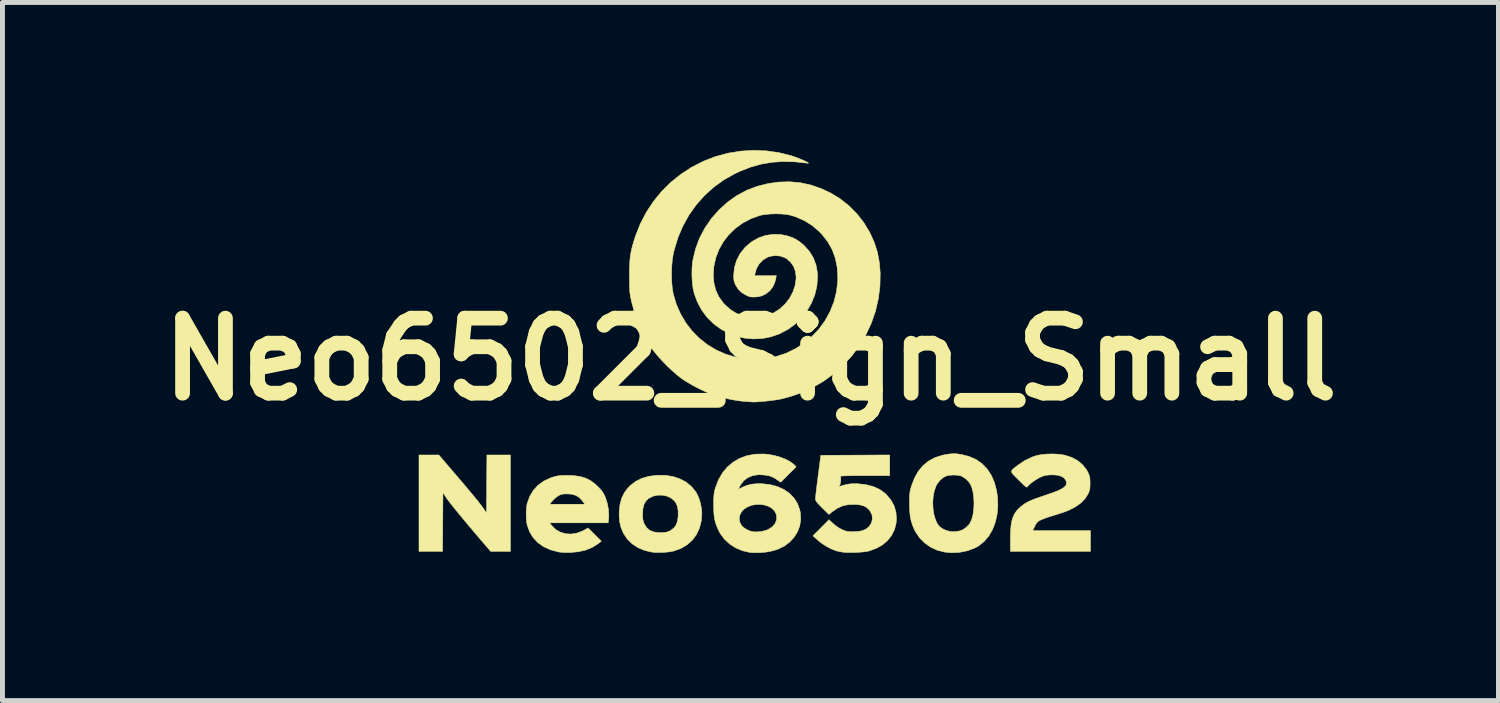
<source format=kicad_pcb>
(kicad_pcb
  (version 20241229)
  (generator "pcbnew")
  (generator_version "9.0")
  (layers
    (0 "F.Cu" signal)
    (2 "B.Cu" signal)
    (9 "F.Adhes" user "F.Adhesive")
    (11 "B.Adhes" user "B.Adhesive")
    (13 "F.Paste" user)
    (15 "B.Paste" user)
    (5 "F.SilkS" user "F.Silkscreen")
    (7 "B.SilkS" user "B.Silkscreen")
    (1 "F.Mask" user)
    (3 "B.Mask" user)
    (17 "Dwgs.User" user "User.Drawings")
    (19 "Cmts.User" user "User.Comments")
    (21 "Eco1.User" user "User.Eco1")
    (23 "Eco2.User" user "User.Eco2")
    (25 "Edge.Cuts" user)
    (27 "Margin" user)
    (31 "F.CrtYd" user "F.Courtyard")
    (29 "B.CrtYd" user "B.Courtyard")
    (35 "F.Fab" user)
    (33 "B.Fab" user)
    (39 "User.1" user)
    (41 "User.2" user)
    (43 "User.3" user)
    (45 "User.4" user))
  (footprint "Neo6502_Sign_Small"
    (layer "F.Cu")
    (at 12.199 4.25)
    (property "Reference" "Neo6502_Sign_Small" (at 0 0 0) (layer "F.SilkS") (effects (font (size 1.524 1.524) (thickness 0.3))))
    (attr board_only exclude_from_pos_files exclude_from_bom allow_missing_courtyard)
    (fp_poly (pts (xy -5.928 2.418) (xy -5.838 2.523) (xy -5.752 2.626) (xy -5.671 2.723) (xy -5.598 2.811) (xy -5.535 2.888) (xy -5.486 2.951) (xy -5.452 2.995) (xy -5.443 3.008) (xy -5.363 3.125) (xy -5.359 2.535) (xy -5.355 1.945) (xy -4.877 1.945) (xy -4.877 3.904) (xy -5.278 3.904) (xy -5.343 3.828) (xy -5.465 3.686) (xy -5.583 3.548) (xy -5.695 3.415) (xy -5.8 3.29) (xy -5.895 3.175) (xy -5.98 3.072) (xy -6.051 2.983) (xy -6.109 2.91) (xy -6.15 2.856) (xy -6.167 2.832) (xy -6.248 2.71) (xy -6.252 3.307) (xy -6.256 3.904) (xy -6.735 3.904) (xy -6.735 1.945) (xy -6.333 1.945) (xy -5.928 2.418)) (stroke (width 0.01) (type solid)) (fill yes) (layer "F.SilkS"))
    (fp_poly (pts (xy -3.581 2.365) (xy -3.453 2.384) (xy -3.342 2.419) (xy -3.241 2.471) (xy -3.146 2.544) (xy -3.098 2.589) (xy -3.042 2.649) (xy -3.002 2.7) (xy -2.971 2.754) (xy -2.95 2.801) (xy -2.912 2.917) (xy -2.887 3.04) (xy -2.878 3.16) (xy -2.881 3.232) (xy -2.891 3.324) (xy -4.081 3.324) (xy -4.034 3.383) (xy -3.956 3.46) (xy -3.862 3.514) (xy -3.758 3.545) (xy -3.646 3.552) (xy -3.531 3.534) (xy -3.417 3.492) (xy -3.388 3.477) (xy -3.299 3.428) (xy -3.165 3.563) (xy -3.03 3.697) (xy -3.099 3.75) (xy -3.215 3.823) (xy -3.346 3.877) (xy -3.495 3.911) (xy -3.662 3.927) (xy -3.765 3.927) (xy -3.859 3.921) (xy -3.912 3.913) (xy -4.067 3.87) (xy -4.204 3.808) (xy -4.32 3.726) (xy -4.414 3.625) (xy -4.487 3.507) (xy -4.536 3.372) (xy -4.549 3.297) (xy -4.556 3.205) (xy -4.556 3.107) (xy -4.55 3.013) (xy -4.54 2.946) (xy -4.08 2.946) (xy -3.365 2.946) (xy -3.415 2.877) (xy -3.477 2.81) (xy -3.547 2.766) (xy -3.632 2.742) (xy -3.723 2.736) (xy -3.786 2.737) (xy -3.831 2.743) (xy -3.868 2.755) (xy -3.906 2.775) (xy -3.954 2.81) (xy -4.004 2.856) (xy -4.026 2.88) (xy -4.08 2.946) (xy -4.54 2.946) (xy -4.538 2.936) (xy -4.536 2.928) (xy -4.485 2.787) (xy -4.412 2.665) (xy -4.317 2.561) (xy -4.2 2.476) (xy -4.063 2.412) (xy -4.028 2.399) (xy -3.971 2.382) (xy -3.92 2.371) (xy -3.864 2.364) (xy -3.796 2.361) (xy -3.73 2.36) (xy -3.581 2.365)) (stroke (width 0.01) (type solid)) (fill yes) (layer "F.SilkS"))
    (fp_poly (pts (xy -1.725 2.359) (xy -1.573 2.384) (xy -1.433 2.43) (xy -1.309 2.496) (xy -1.203 2.582) (xy -1.117 2.685) (xy -1.085 2.738) (xy -1.046 2.827) (xy -1.015 2.93) (xy -0.995 3.037) (xy -0.987 3.134) (xy -1 3.292) (xy -1.038 3.436) (xy -1.099 3.565) (xy -1.183 3.677) (xy -1.288 3.77) (xy -1.412 3.844) (xy -1.556 3.896) (xy -1.56 3.898) (xy -1.637 3.912) (xy -1.732 3.922) (xy -1.833 3.927) (xy -1.93 3.926) (xy -2.01 3.918) (xy -2.156 3.883) (xy -2.289 3.826) (xy -2.405 3.749) (xy -2.502 3.654) (xy -2.577 3.543) (xy -2.587 3.524) (xy -2.633 3.41) (xy -2.659 3.293) (xy -2.668 3.163) (xy -2.667 3.142) (xy -2.191 3.142) (xy -2.19 3.214) (xy -2.184 3.266) (xy -2.172 3.31) (xy -2.157 3.347) (xy -2.109 3.422) (xy -2.046 3.476) (xy -1.964 3.509) (xy -1.862 3.523) (xy -1.804 3.523) (xy -1.739 3.518) (xy -1.693 3.51) (xy -1.654 3.496) (xy -1.616 3.475) (xy -1.553 3.426) (xy -1.51 3.367) (xy -1.483 3.291) (xy -1.469 3.195) (xy -1.469 3.183) (xy -1.469 3.078) (xy -1.483 2.994) (xy -1.511 2.925) (xy -1.541 2.882) (xy -1.608 2.823) (xy -1.691 2.783) (xy -1.785 2.762) (xy -1.882 2.762) (xy -1.978 2.782) (xy -2.066 2.825) (xy -2.066 2.825) (xy -2.123 2.877) (xy -2.162 2.947) (xy -2.185 3.037) (xy -2.191 3.142) (xy -2.667 3.142) (xy -2.666 3.092) (xy -2.65 2.947) (xy -2.616 2.822) (xy -2.562 2.712) (xy -2.487 2.612) (xy -2.431 2.557) (xy -2.326 2.478) (xy -2.206 2.419) (xy -2.068 2.379) (xy -1.909 2.358) (xy -1.887 2.357) (xy -1.725 2.359)) (stroke (width 0.01) (type solid)) (fill yes) (layer "F.SilkS"))
    (fp_poly (pts (xy 4.203 1.923) (xy 4.276 1.934) (xy 4.289 1.936) (xy 4.446 1.976) (xy 4.585 2.038) (xy 4.707 2.123) (xy 4.81 2.23) (xy 4.894 2.357) (xy 4.958 2.505) (xy 5.002 2.671) (xy 5.021 2.806) (xy 5.027 2.987) (xy 5.011 3.159) (xy 4.974 3.318) (xy 4.918 3.463) (xy 4.843 3.592) (xy 4.75 3.701) (xy 4.64 3.79) (xy 4.557 3.836) (xy 4.408 3.892) (xy 4.246 3.924) (xy 4.079 3.931) (xy 3.936 3.917) (xy 3.793 3.879) (xy 3.66 3.817) (xy 3.54 3.732) (xy 3.437 3.629) (xy 3.356 3.509) (xy 3.337 3.473) (xy 3.296 3.379) (xy 3.267 3.289) (xy 3.247 3.194) (xy 3.236 3.087) (xy 3.232 2.961) (xy 3.232 2.932) (xy 3.232 2.916) (xy 3.705 2.916) (xy 3.711 3.037) (xy 3.728 3.152) (xy 3.758 3.256) (xy 3.798 3.343) (xy 3.836 3.394) (xy 3.892 3.438) (xy 3.965 3.474) (xy 4.044 3.497) (xy 4.048 3.497) (xy 4.09 3.503) (xy 4.128 3.504) (xy 4.171 3.501) (xy 4.232 3.492) (xy 4.24 3.491) (xy 4.307 3.469) (xy 4.374 3.425) (xy 4.434 3.368) (xy 4.456 3.338) (xy 4.494 3.261) (xy 4.521 3.164) (xy 4.537 3.053) (xy 4.543 2.935) (xy 4.538 2.816) (xy 4.523 2.702) (xy 4.497 2.602) (xy 4.472 2.543) (xy 4.429 2.481) (xy 4.37 2.425) (xy 4.304 2.382) (xy 4.269 2.368) (xy 4.2 2.355) (xy 4.117 2.352) (xy 4.037 2.358) (xy 3.989 2.368) (xy 3.917 2.403) (xy 3.85 2.461) (xy 3.793 2.535) (xy 3.768 2.583) (xy 3.734 2.683) (xy 3.713 2.797) (xy 3.705 2.916) (xy 3.232 2.916) (xy 3.232 2.842) (xy 3.234 2.774) (xy 3.238 2.721) (xy 3.245 2.674) (xy 3.257 2.627) (xy 3.271 2.577) (xy 3.333 2.415) (xy 3.411 2.276) (xy 3.506 2.161) (xy 3.62 2.068) (xy 3.751 1.998) (xy 3.902 1.95) (xy 4.017 1.928) (xy 4.086 1.921) (xy 4.144 1.919) (xy 4.203 1.923)) (stroke (width 0.01) (type solid)) (fill yes) (layer "F.SilkS"))
    (fp_poly (pts (xy 6.262 1.93) (xy 6.368 1.945) (xy 6.394 1.951) (xy 6.532 1.996) (xy 6.652 2.062) (xy 6.752 2.147) (xy 6.831 2.248) (xy 6.855 2.292) (xy 6.877 2.341) (xy 6.891 2.382) (xy 6.898 2.426) (xy 6.901 2.484) (xy 6.901 2.517) (xy 6.9 2.586) (xy 6.895 2.637) (xy 6.884 2.68) (xy 6.865 2.726) (xy 6.862 2.733) (xy 6.801 2.83) (xy 6.714 2.92) (xy 6.603 2.999) (xy 6.47 3.068) (xy 6.379 3.103) (xy 6.331 3.119) (xy 6.264 3.141) (xy 6.187 3.165) (xy 6.108 3.19) (xy 6.102 3.192) (xy 6.028 3.216) (xy 5.959 3.241) (xy 5.903 3.264) (xy 5.867 3.282) (xy 5.863 3.284) (xy 5.835 3.305) (xy 5.813 3.329) (xy 5.792 3.363) (xy 5.767 3.414) (xy 5.757 3.436) (xy 5.735 3.483) (xy 6.909 3.483) (xy 6.909 3.904) (xy 5.283 3.904) (xy 5.283 3.646) (xy 5.286 3.502) (xy 5.295 3.383) (xy 5.312 3.283) (xy 5.338 3.2) (xy 5.374 3.129) (xy 5.421 3.065) (xy 5.476 3.011) (xy 5.525 2.97) (xy 5.575 2.934) (xy 5.632 2.901) (xy 5.701 2.869) (xy 5.784 2.836) (xy 5.888 2.799) (xy 5.992 2.763) (xy 6.122 2.719) (xy 6.226 2.68) (xy 6.306 2.644) (xy 6.363 2.61) (xy 6.4 2.576) (xy 6.419 2.542) (xy 6.422 2.505) (xy 6.41 2.464) (xy 6.41 2.462) (xy 6.373 2.412) (xy 6.313 2.376) (xy 6.231 2.355) (xy 6.149 2.349) (xy 6.064 2.351) (xy 5.999 2.359) (xy 5.94 2.375) (xy 5.879 2.402) (xy 5.872 2.406) (xy 5.815 2.438) (xy 5.756 2.477) (xy 5.701 2.517) (xy 5.657 2.555) (xy 5.631 2.585) (xy 5.629 2.588) (xy 5.622 2.597) (xy 5.611 2.598) (xy 5.594 2.588) (xy 5.566 2.566) (xy 5.526 2.528) (xy 5.47 2.473) (xy 5.449 2.452) (xy 5.385 2.388) (xy 5.34 2.342) (xy 5.313 2.307) (xy 5.305 2.28) (xy 5.314 2.255) (xy 5.339 2.228) (xy 5.382 2.193) (xy 5.421 2.163) (xy 5.568 2.062) (xy 5.723 1.988) (xy 5.813 1.957) (xy 5.909 1.938) (xy 6.022 1.927) (xy 6.144 1.924) (xy 6.262 1.93)) (stroke (width 0.01) (type solid)) (fill yes) (layer "F.SilkS"))
    (fp_poly (pts (xy 2.83 2.366) (xy 2.321 2.366) (xy 2.183 2.366) (xy 2.073 2.366) (xy 1.986 2.367) (xy 1.921 2.369) (xy 1.875 2.371) (xy 1.845 2.374) (xy 1.83 2.378) (xy 1.826 2.383) (xy 1.827 2.385) (xy 1.835 2.412) (xy 1.836 2.455) (xy 1.83 2.504) (xy 1.819 2.546) (xy 1.809 2.568) (xy 1.801 2.582) (xy 1.815 2.581) (xy 1.829 2.578) (xy 1.922 2.552) (xy 2 2.536) (xy 2.073 2.529) (xy 2.155 2.529) (xy 2.184 2.53) (xy 2.352 2.549) (xy 2.5 2.588) (xy 2.628 2.647) (xy 2.738 2.727) (xy 2.761 2.749) (xy 2.853 2.858) (xy 2.919 2.978) (xy 2.957 3.107) (xy 2.967 3.245) (xy 2.96 3.329) (xy 2.928 3.459) (xy 2.87 3.577) (xy 2.788 3.681) (xy 2.685 3.77) (xy 2.561 3.841) (xy 2.418 3.893) (xy 2.402 3.898) (xy 2.341 3.909) (xy 2.259 3.918) (xy 2.165 3.924) (xy 2.069 3.927) (xy 1.977 3.927) (xy 1.899 3.922) (xy 1.866 3.918) (xy 1.808 3.908) (xy 1.754 3.896) (xy 1.728 3.888) (xy 1.644 3.854) (xy 1.552 3.806) (xy 1.46 3.748) (xy 1.381 3.687) (xy 1.364 3.673) (xy 1.27 3.587) (xy 1.433 3.424) (xy 1.595 3.26) (xy 1.676 3.336) (xy 1.735 3.385) (xy 1.805 3.432) (xy 1.854 3.458) (xy 1.906 3.481) (xy 1.951 3.495) (xy 1.998 3.502) (xy 2.06 3.504) (xy 2.083 3.505) (xy 2.193 3.499) (xy 2.281 3.481) (xy 2.352 3.449) (xy 2.408 3.402) (xy 2.416 3.393) (xy 2.461 3.321) (xy 2.478 3.243) (xy 2.47 3.163) (xy 2.434 3.088) (xy 2.404 3.05) (xy 2.354 3.007) (xy 2.297 2.978) (xy 2.224 2.959) (xy 2.141 2.951) (xy 2.003 2.952) (xy 1.879 2.977) (xy 1.764 3.028) (xy 1.657 3.102) (xy 1.594 3.154) (xy 1.457 3.018) (xy 1.401 2.961) (xy 1.363 2.92) (xy 1.339 2.889) (xy 1.326 2.865) (xy 1.322 2.843) (xy 1.321 2.831) (xy 1.323 2.803) (xy 1.329 2.751) (xy 1.337 2.679) (xy 1.348 2.59) (xy 1.36 2.49) (xy 1.374 2.382) (xy 1.376 2.366) (xy 1.43 1.952) (xy 2.83 1.945) (xy 2.83 2.366)) (stroke (width 0.01) (type solid)) (fill yes) (layer "F.SilkS"))
    (fp_poly (pts (xy 0.343 1.931) (xy 0.471 1.952) (xy 0.595 1.986) (xy 0.708 2.029) (xy 0.805 2.08) (xy 0.881 2.136) (xy 0.896 2.151) (xy 0.928 2.186) (xy 0.771 2.342) (xy 0.614 2.499) (xy 0.543 2.449) (xy 0.482 2.41) (xy 0.427 2.384) (xy 0.366 2.366) (xy 0.287 2.353) (xy 0.286 2.352) (xy 0.16 2.346) (xy 0.046 2.364) (xy -0.053 2.405) (xy -0.136 2.467) (xy -0.2 2.551) (xy -0.212 2.572) (xy -0.248 2.643) (xy -0.177 2.607) (xy -0.079 2.565) (xy 0.022 2.539) (xy 0.134 2.529) (xy 0.239 2.53) (xy 0.402 2.548) (xy 0.55 2.588) (xy 0.681 2.647) (xy 0.793 2.725) (xy 0.885 2.82) (xy 0.955 2.931) (xy 1.001 3.056) (xy 1.015 3.121) (xy 1.022 3.254) (xy 1.002 3.384) (xy 0.956 3.506) (xy 0.887 3.617) (xy 0.796 3.715) (xy 0.686 3.798) (xy 0.557 3.86) (xy 0.555 3.861) (xy 0.438 3.896) (xy 0.305 3.92) (xy 0.166 3.931) (xy 0.033 3.929) (xy -0.022 3.923) (xy -0.163 3.891) (xy -0.297 3.834) (xy -0.419 3.756) (xy -0.524 3.66) (xy -0.609 3.548) (xy -0.646 3.481) (xy -0.683 3.396) (xy -0.711 3.32) (xy -0.728 3.248) (xy -0.228 3.248) (xy -0.212 3.321) (xy -0.173 3.388) (xy -0.133 3.424) (xy -0.075 3.461) (xy -0.009 3.49) (xy 0.022 3.5) (xy 0.089 3.508) (xy 0.17 3.506) (xy 0.255 3.493) (xy 0.331 3.471) (xy 0.362 3.458) (xy 0.445 3.404) (xy 0.501 3.339) (xy 0.53 3.263) (xy 0.533 3.24) (xy 0.528 3.161) (xy 0.497 3.092) (xy 0.444 3.034) (xy 0.371 2.99) (xy 0.283 2.961) (xy 0.18 2.949) (xy 0.121 2.951) (xy 0.02 2.968) (xy -0.066 3.003) (xy -0.137 3.051) (xy -0.188 3.11) (xy -0.219 3.177) (xy -0.228 3.248) (xy -0.728 3.248) (xy -0.729 3.244) (xy -0.74 3.161) (xy -0.746 3.063) (xy -0.747 2.961) (xy -0.747 2.868) (xy -0.744 2.797) (xy -0.74 2.74) (xy -0.732 2.691) (xy -0.72 2.642) (xy -0.714 2.62) (xy -0.653 2.458) (xy -0.572 2.315) (xy -0.472 2.192) (xy -0.353 2.092) (xy -0.219 2.014) (xy -0.07 1.959) (xy 0.092 1.929) (xy 0.266 1.925) (xy 0.343 1.931)) (stroke (width 0.01) (type solid)) (fill yes) (layer "F.SilkS"))
    (fp_poly (pts (xy 0.327 -4.234) (xy 0.58 -4.198) (xy 0.823 -4.138) (xy 0.878 -4.12) (xy 0.943 -4.096) (xy 1.007 -4.071) (xy 1.067 -4.046) (xy 1.118 -4.023) (xy 1.156 -4.003) (xy 1.177 -3.989) (xy 1.178 -3.983) (xy 1.167 -3.983) (xy 0.91 -4.011) (xy 0.67 -4.018) (xy 0.442 -4.003) (xy 0.222 -3.966) (xy 0.007 -3.906) (xy -0.208 -3.822) (xy -0.312 -3.774) (xy -0.538 -3.647) (xy -0.745 -3.498) (xy -0.933 -3.328) (xy -1.101 -3.139) (xy -1.248 -2.932) (xy -1.372 -2.708) (xy -1.474 -2.47) (xy -1.55 -2.217) (xy -1.569 -2.134) (xy -1.588 -2.015) (xy -1.6 -1.88) (xy -1.604 -1.736) (xy -1.601 -1.593) (xy -1.59 -1.46) (xy -1.572 -1.345) (xy -1.569 -1.331) (xy -1.507 -1.119) (xy -1.42 -0.921) (xy -1.311 -0.737) (xy -1.182 -0.571) (xy -1.035 -0.423) (xy -0.871 -0.294) (xy -0.692 -0.187) (xy -0.5 -0.102) (xy -0.297 -0.042) (xy -0.085 -0.008) (xy 0.08 0) (xy 0.305 -0.014) (xy 0.521 -0.055) (xy 0.727 -0.123) (xy 0.922 -0.218) (xy 1.105 -0.34) (xy 1.237 -0.45) (xy 1.387 -0.607) (xy 1.514 -0.78) (xy 1.617 -0.967) (xy 1.696 -1.164) (xy 1.748 -1.37) (xy 1.773 -1.58) (xy 1.775 -1.669) (xy 1.762 -1.869) (xy 1.724 -2.055) (xy 1.662 -2.226) (xy 1.573 -2.384) (xy 1.459 -2.531) (xy 1.402 -2.591) (xy 1.256 -2.717) (xy 1.095 -2.817) (xy 0.918 -2.895) (xy 0.813 -2.927) (xy 0.731 -2.943) (xy 0.63 -2.952) (xy 0.519 -2.955) (xy 0.406 -2.952) (xy 0.3 -2.942) (xy 0.21 -2.927) (xy 0.187 -2.921) (xy 0.006 -2.855) (xy -0.159 -2.767) (xy -0.308 -2.659) (xy -0.438 -2.533) (xy -0.549 -2.391) (xy -0.637 -2.236) (xy -0.702 -2.069) (xy -0.742 -1.893) (xy -0.755 -1.717) (xy -0.742 -1.554) (xy -0.706 -1.407) (xy -0.645 -1.273) (xy -0.558 -1.152) (xy -0.53 -1.12) (xy -0.415 -1.015) (xy -0.292 -0.937) (xy -0.158 -0.885) (xy -0.012 -0.858) (xy 0.087 -0.854) (xy 0.178 -0.856) (xy 0.251 -0.864) (xy 0.315 -0.878) (xy 0.334 -0.884) (xy 0.471 -0.942) (xy 0.596 -1.022) (xy 0.704 -1.122) (xy 0.794 -1.237) (xy 0.862 -1.365) (xy 0.908 -1.501) (xy 0.928 -1.644) (xy 0.928 -1.676) (xy 0.914 -1.787) (xy 0.876 -1.888) (xy 0.815 -1.975) (xy 0.735 -2.044) (xy 0.694 -2.067) (xy 0.602 -2.098) (xy 0.501 -2.106) (xy 0.401 -2.092) (xy 0.34 -2.07) (xy 0.248 -2.012) (xy 0.174 -1.933) (xy 0.121 -1.838) (xy 0.096 -1.753) (xy 0.086 -1.698) (xy 0.305 -1.698) (xy 0.525 -1.698) (xy 0.515 -1.636) (xy 0.492 -1.55) (xy 0.451 -1.467) (xy 0.399 -1.398) (xy 0.373 -1.374) (xy 0.301 -1.322) (xy 0.234 -1.289) (xy 0.161 -1.271) (xy 0.107 -1.266) (xy 0.045 -1.264) (xy -0.001 -1.268) (xy -0.045 -1.282) (xy -0.075 -1.295) (xy -0.173 -1.352) (xy -0.247 -1.423) (xy -0.301 -1.507) (xy -0.321 -1.554) (xy -0.334 -1.596) (xy -0.339 -1.644) (xy -0.34 -1.709) (xy -0.34 -1.713) (xy -0.325 -1.864) (xy -0.282 -2.008) (xy -0.213 -2.141) (xy -0.116 -2.265) (xy -0.088 -2.293) (xy 0.032 -2.392) (xy 0.166 -2.467) (xy 0.309 -2.516) (xy 0.459 -2.539) (xy 0.612 -2.535) (xy 0.74 -2.51) (xy 0.844 -2.476) (xy 0.932 -2.433) (xy 1.016 -2.375) (xy 1.098 -2.304) (xy 1.202 -2.186) (xy 1.281 -2.055) (xy 1.334 -1.91) (xy 1.361 -1.754) (xy 1.364 -1.672) (xy 1.35 -1.488) (xy 1.308 -1.309) (xy 1.238 -1.137) (xy 1.142 -0.973) (xy 1.043 -0.845) (xy 0.909 -0.713) (xy 0.756 -0.603) (xy 0.587 -0.515) (xy 0.412 -0.455) (xy 0.242 -0.422) (xy 0.065 -0.413) (xy -0.11 -0.428) (xy -0.235 -0.454) (xy -0.422 -0.519) (xy -0.592 -0.607) (xy -0.744 -0.717) (xy -0.877 -0.848) (xy -0.989 -0.997) (xy -1.079 -1.165) (xy -1.141 -1.331) (xy -1.165 -1.438) (xy -1.181 -1.563) (xy -1.189 -1.699) (xy -1.188 -1.835) (xy -1.177 -1.964) (xy -1.169 -2.017) (xy -1.116 -2.243) (xy -1.035 -2.459) (xy -0.927 -2.664) (xy -0.795 -2.857) (xy -0.639 -3.034) (xy -0.463 -3.194) (xy -0.275 -3.327) (xy -0.075 -3.434) (xy 0.138 -3.515) (xy 0.365 -3.571) (xy 0.571 -3.6) (xy 0.796 -3.607) (xy 1.016 -3.587) (xy 1.234 -3.539) (xy 1.45 -3.463) (xy 1.625 -3.381) (xy 1.819 -3.263) (xy 1.998 -3.122) (xy 2.159 -2.961) (xy 2.299 -2.782) (xy 2.313 -2.762) (xy 2.429 -2.568) (xy 2.517 -2.373) (xy 2.581 -2.172) (xy 2.62 -1.96) (xy 2.637 -1.756) (xy 2.632 -1.493) (xy 2.6 -1.234) (xy 2.542 -0.981) (xy 2.458 -0.737) (xy 2.349 -0.503) (xy 2.217 -0.281) (xy 2.064 -0.073) (xy 1.889 0.119) (xy 1.694 0.294) (xy 1.481 0.449) (xy 1.251 0.582) (xy 1.202 0.606) (xy 1.031 0.681) (xy 0.849 0.746) (xy 0.669 0.796) (xy 0.6 0.812) (xy 0.538 0.823) (xy 0.459 0.834) (xy 0.372 0.845) (xy 0.283 0.854) (xy 0.198 0.862) (xy 0.125 0.867) (xy 0.071 0.869) (xy 0.052 0.869) (xy 0.025 0.867) (xy -0.023 0.863) (xy -0.084 0.859) (xy -0.131 0.856) (xy -0.245 0.843) (xy -0.377 0.821) (xy -0.514 0.792) (xy -0.647 0.758) (xy -0.738 0.731) (xy -0.825 0.699) (xy -0.929 0.653) (xy -1.041 0.599) (xy -1.155 0.54) (xy -1.262 0.479) (xy -1.355 0.422) (xy -1.393 0.396) (xy -1.482 0.327) (xy -1.58 0.241) (xy -1.683 0.145) (xy -1.783 0.043) (xy -1.876 -0.059) (xy -1.954 -0.153) (xy -1.992 -0.203) (xy -2.133 -0.427) (xy -2.252 -0.667) (xy -2.348 -0.92) (xy -2.418 -1.179) (xy -2.42 -1.189) (xy -2.433 -1.252) (xy -2.443 -1.307) (xy -2.45 -1.359) (xy -2.454 -1.415) (xy -2.457 -1.481) (xy -2.458 -1.562) (xy -2.459 -1.665) (xy -2.459 -1.698) (xy -2.458 -1.838) (xy -2.453 -1.957) (xy -2.445 -2.06) (xy -2.431 -2.156) (xy -2.411 -2.252) (xy -2.383 -2.354) (xy -2.347 -2.47) (xy -2.336 -2.503) (xy -2.238 -2.752) (xy -2.115 -2.988) (xy -1.97 -3.208) (xy -1.804 -3.411) (xy -1.618 -3.595) (xy -1.414 -3.759) (xy -1.194 -3.902) (xy -0.96 -4.022) (xy -0.713 -4.118) (xy -0.455 -4.188) (xy -0.45 -4.189) (xy -0.192 -4.23) (xy 0.068 -4.245) (xy 0.327 -4.234)) (stroke (width 0.01) (type solid)) (fill yes) (layer "F.SilkS")))
  (gr_rect
    (start -3 -3)
    (end 27.399 11.186)
    (stroke (width 0.1) (type default))
    (fill no)
    (layer "Edge.Cuts")))
</source>
